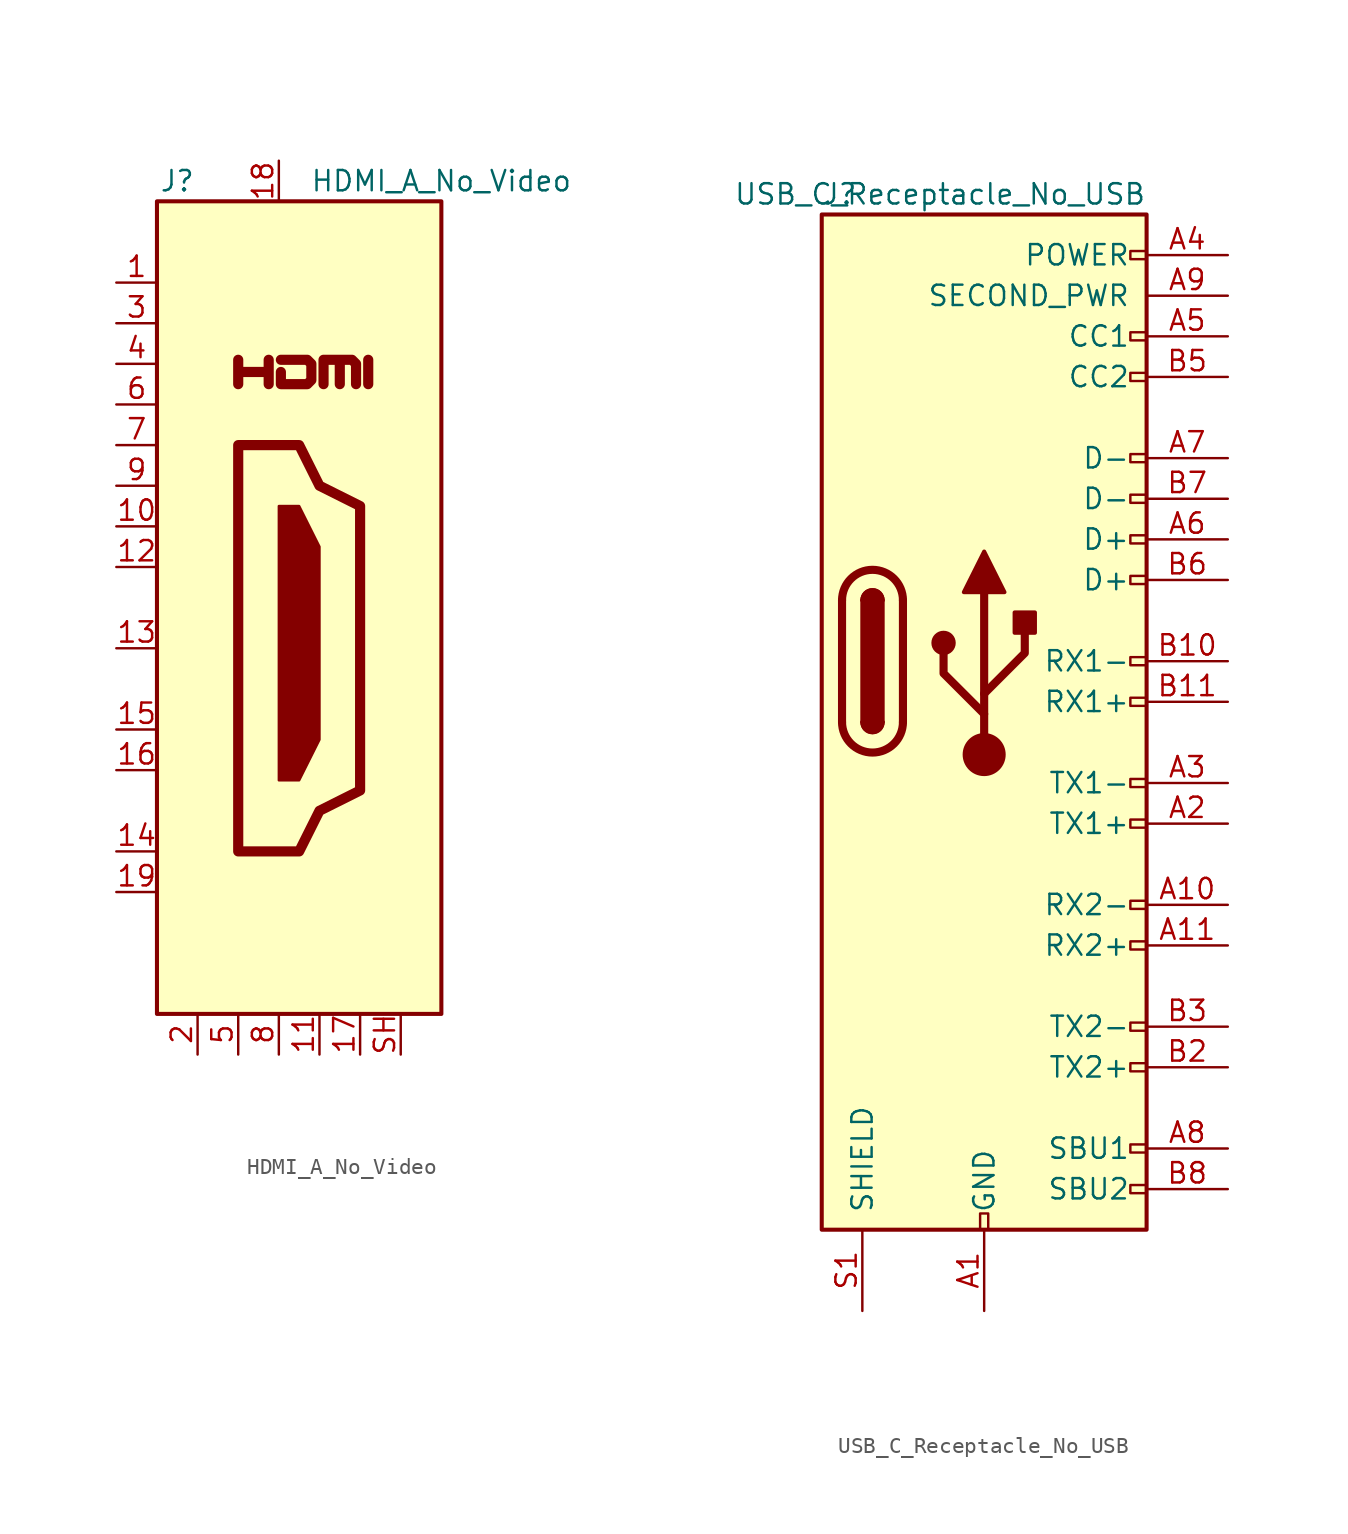
<source format=kicad_sym>
(kicad_symbol_lib
  (version 20211014)
  (generator kicad_symbol_editor)
  (symbol "HDMI_A_No_Video"
    (property "Reference" "J"
      (at -6.35 26.67 0)
      (effects (font (size 1.27 1.27))))
    (property "Value" "HDMI_A_No_Video"
      (at 10.16 26.67 0)
      (effects (font (size 1.27 1.27))))
    (symbol "HDMI_A_No_Video_0_0"
      (polyline (pts (xy 5.588 13.97) (xy 5.588 15.494)) (stroke (width 0.635) (type default) (color 0 0 0 0)) (fill (type none)))
      (polyline (pts (xy -2.54 13.97) (xy -2.54 15.494) (xy -2.54 14.732) (xy -0.635 14.732) (xy -0.635 15.494) (xy -0.635 13.97)) (stroke (width 0.635) (type default) (color 0 0 0 0)) (fill (type none)))
      (polyline (pts (xy 0.127 15.494) (xy 1.778 15.494) (xy 2.032 15.24) (xy 2.032 14.224) (xy 1.778 13.97) (xy 0.127 13.97) (xy 0.127 14.732)) (stroke (width 0.635) (type default) (color 0 0 0 0)) (fill (type none))))
    (symbol "HDMI_A_No_Video_0_1"
      (rectangle (start -7.62 25.4) (end 10.16 -25.4) (stroke (width 0.254) (type default) (color 0 0 0 0)) (fill (type background)))
      (polyline (pts (xy 0 6.35) (xy 1.27 6.35) (xy 2.54 3.81) (xy 2.54 -8.255) (xy 1.27 -10.795) (xy 0 -10.795) (xy 0 6.35)) (stroke (width 0) (type default) (color 0 0 0 0)) (fill (type outline)))
      (polyline (pts (xy 2.794 13.97) (xy 2.794 15.494) (xy 3.81 15.494) (xy 3.81 13.97) (xy 3.81 15.494) (xy 4.572 15.494) (xy 4.826 15.24) (xy 4.826 13.97)) (stroke (width 0.635) (type default) (color 0 0 0 0)) (fill (type none)))
      (polyline (pts (xy -2.54 10.16) (xy -2.54 -15.24) (xy 1.27 -15.24) (xy 2.54 -12.7) (xy 5.08 -11.43) (xy 5.08 6.35) (xy 2.54 7.62) (xy 1.27 10.16) (xy -2.54 10.16)) (stroke (width 0.635) (type default) (color 0 0 0 0)) (fill (type none))))
    (symbol "HDMI_A_No_Video_1_1"
      (pin passive line (at -10.16 20.32 0) (length 2.54) (name "" (effects (font (size 1.27 1.27)))) (number "1" (effects (font (size 1.27 1.27)))))
      (pin passive line (at -10.16 5.08 0) (length 2.54) (name "" (effects (font (size 1.27 1.27)))) (number "10" (effects (font (size 1.27 1.27)))))
      (pin power_in line (at 2.54 -27.94 90) (length 2.54) (name "" (effects (font (size 1.27 1.27)))) (number "11" (effects (font (size 1.27 1.27)))))
      (pin passive line (at -10.16 2.54 0) (length 2.54) (name "" (effects (font (size 1.27 1.27)))) (number "12" (effects (font (size 1.27 1.27)))))
      (pin bidirectional line (at -10.16 -2.54 0) (length 2.54) (name "" (effects (font (size 1.27 1.27)))) (number "13" (effects (font (size 1.27 1.27)))))
      (pin passive line (at -10.16 -15.24 0) (length 2.54) (name "" (effects (font (size 1.27 1.27)))) (number "14" (effects (font (size 1.27 1.27)))))
      (pin passive line (at -10.16 -7.62 0) (length 2.54) (name "" (effects (font (size 1.27 1.27)))) (number "15" (effects (font (size 1.27 1.27)))))
      (pin bidirectional line (at -10.16 -10.16 0) (length 2.54) (name "" (effects (font (size 1.27 1.27)))) (number "16" (effects (font (size 1.27 1.27)))))
      (pin power_in line (at 5.08 -27.94 90) (length 2.54) (name "" (effects (font (size 1.27 1.27)))) (number "17" (effects (font (size 1.27 1.27)))))
      (pin passive line (at 0 27.94 270) (length 2.54) (name "" (effects (font (size 1.27 1.27)))) (number "18" (effects (font (size 1.27 1.27)))))
      (pin passive line (at -10.16 -17.78 0) (length 2.54) (name "" (effects (font (size 1.27 1.27)))) (number "19" (effects (font (size 1.27 1.27)))))
      (pin power_in line (at -5.08 -27.94 90) (length 2.54) (name "" (effects (font (size 1.27 1.27)))) (number "2" (effects (font (size 1.27 1.27)))))
      (pin passive line (at -10.16 17.78 0) (length 2.54) (name "" (effects (font (size 1.27 1.27)))) (number "3" (effects (font (size 1.27 1.27)))))
      (pin passive line (at -10.16 15.24 0) (length 2.54) (name "" (effects (font (size 1.27 1.27)))) (number "4" (effects (font (size 1.27 1.27)))))
      (pin power_in line (at -2.54 -27.94 90) (length 2.54) (name "" (effects (font (size 1.27 1.27)))) (number "5" (effects (font (size 1.27 1.27)))))
      (pin passive line (at -10.16 12.7 0) (length 2.54) (name "" (effects (font (size 1.27 1.27)))) (number "6" (effects (font (size 1.27 1.27)))))
      (pin passive line (at -10.16 10.16 0) (length 2.54) (name "" (effects (font (size 1.27 1.27)))) (number "7" (effects (font (size 1.27 1.27)))))
      (pin power_in line (at 0 -27.94 90) (length 2.54) (name "" (effects (font (size 1.27 1.27)))) (number "8" (effects (font (size 1.27 1.27)))))
      (pin passive line (at -10.16 7.62 0) (length 2.54) (name "" (effects (font (size 1.27 1.27)))) (number "9" (effects (font (size 1.27 1.27)))))
      (pin passive line (at 7.62 -27.94 90) (length 2.54) (name "" (effects (font (size 1.27 1.27)))) (number "SH" (effects (font (size 1.27 1.27)))))))
  (symbol "USB_C_Receptacle_No_USB"
    (pin_names
      (offset 1.016))
    (property "Reference" "J"
      (at -10.16 29.21 0)
      (effects (font (size 1.27 1.27)) (justify left)))
    (property "Value" "USB_C_Receptacle_No_USB"
      (at 10.16 29.21 0)
      (effects (font (size 1.27 1.27)) (justify right)))
    (symbol "USB_C_Receptacle_No_USB_0_0"
      (rectangle (start -0.254 -35.56) (end 0.254 -34.544) (stroke (width 0) (type default) (color 0 0 0 0)) (fill (type none)))
      (rectangle (start 10.16 -32.766) (end 9.144 -33.274) (stroke (width 0) (type default) (color 0 0 0 0)) (fill (type none)))
      (rectangle (start 10.16 -30.226) (end 9.144 -30.734) (stroke (width 0) (type default) (color 0 0 0 0)) (fill (type none)))
      (rectangle (start 10.16 -25.146) (end 9.144 -25.654) (stroke (width 0) (type default) (color 0 0 0 0)) (fill (type none)))
      (rectangle (start 10.16 -22.606) (end 9.144 -23.114) (stroke (width 0) (type default) (color 0 0 0 0)) (fill (type none)))
      (rectangle (start 10.16 -17.526) (end 9.144 -18.034) (stroke (width 0) (type default) (color 0 0 0 0)) (fill (type none)))
      (rectangle (start 10.16 -14.986) (end 9.144 -15.494) (stroke (width 0) (type default) (color 0 0 0 0)) (fill (type none)))
      (rectangle (start 10.16 -9.906) (end 9.144 -10.414) (stroke (width 0) (type default) (color 0 0 0 0)) (fill (type none)))
      (rectangle (start 10.16 -7.366) (end 9.144 -7.874) (stroke (width 0) (type default) (color 0 0 0 0)) (fill (type none)))
      (rectangle (start 10.16 -2.286) (end 9.144 -2.794) (stroke (width 0) (type default) (color 0 0 0 0)) (fill (type none)))
      (rectangle (start 10.16 0.254) (end 9.144 -0.254) (stroke (width 0) (type default) (color 0 0 0 0)) (fill (type none)))
      (rectangle (start 10.16 5.334) (end 9.144 4.826) (stroke (width 0) (type default) (color 0 0 0 0)) (fill (type none)))
      (rectangle (start 10.16 7.874) (end 9.144 7.366) (stroke (width 0) (type default) (color 0 0 0 0)) (fill (type none)))
      (rectangle (start 10.16 10.414) (end 9.144 9.906) (stroke (width 0) (type default) (color 0 0 0 0)) (fill (type none)))
      (rectangle (start 10.16 12.954) (end 9.144 12.446) (stroke (width 0) (type default) (color 0 0 0 0)) (fill (type none)))
      (rectangle (start 10.16 18.034) (end 9.144 17.526) (stroke (width 0) (type default) (color 0 0 0 0)) (fill (type none)))
      (rectangle (start 10.16 20.574) (end 9.144 20.066) (stroke (width 0) (type default) (color 0 0 0 0)) (fill (type none)))
      (rectangle (start 10.16 25.654) (end 9.144 25.146) (stroke (width 0) (type default) (color 0 0 0 0)) (fill (type none))))
    (symbol "USB_C_Receptacle_No_USB_0_1"
      (rectangle (start -10.16 27.94) (end 10.16 -35.56) (stroke (width 0.254) (type default) (color 0 0 0 0)) (fill (type background)))
      (arc (start -8.89 -3.81) (mid -6.985 -5.715) (end -5.08 -3.81) (stroke (width 0.508) (type default) (color 0 0 0 0)) (fill (type none)))
      (arc (start -7.62 -3.81) (mid -6.985 -4.445) (end -6.35 -3.81) (stroke (width 0.254) (type default) (color 0 0 0 0)) (fill (type none)))
      (arc (start -7.62 -3.81) (mid -6.985 -4.445) (end -6.35 -3.81) (stroke (width 0.254) (type default) (color 0 0 0 0)) (fill (type outline)))
      (rectangle (start -7.62 -3.81) (end -6.35 3.81) (stroke (width 0.254) (type default) (color 0 0 0 0)) (fill (type outline)))
      (arc (start -6.35 3.81) (mid -6.985 4.445) (end -7.62 3.81) (stroke (width 0.254) (type default) (color 0 0 0 0)) (fill (type none)))
      (arc (start -6.35 3.81) (mid -6.985 4.445) (end -7.62 3.81) (stroke (width 0.254) (type default) (color 0 0 0 0)) (fill (type outline)))
      (arc (start -5.08 3.81) (mid -6.985 5.715) (end -8.89 3.81) (stroke (width 0.508) (type default) (color 0 0 0 0)) (fill (type none)))
      (polyline (pts (xy -8.89 -3.81) (xy -8.89 3.81)) (stroke (width 0.508) (type default) (color 0 0 0 0)) (fill (type none)))
      (polyline (pts (xy -5.08 3.81) (xy -5.08 -3.81)) (stroke (width 0.508) (type default) (color 0 0 0 0)) (fill (type none))))
    (symbol "USB_C_Receptacle_No_USB_1_1"
      (circle (center -2.54 1.143) (radius 0.635) (stroke (width 0.254) (type default) (color 0 0 0 0)) (fill (type outline)))
      (circle (center 0 -5.842) (radius 1.27) (stroke (width 0) (type default) (color 0 0 0 0)) (fill (type outline)))
      (polyline (pts (xy 0 -5.842) (xy 0 4.318)) (stroke (width 0.508) (type default) (color 0 0 0 0)) (fill (type none)))
      (polyline (pts (xy 0 -3.302) (xy -2.54 -0.762) (xy -2.54 0.508)) (stroke (width 0.508) (type default) (color 0 0 0 0)) (fill (type none)))
      (polyline (pts (xy 0 -2.032) (xy 2.54 0.508) (xy 2.54 1.778)) (stroke (width 0.508) (type default) (color 0 0 0 0)) (fill (type none)))
      (polyline (pts (xy -1.27 4.318) (xy 0 6.858) (xy 1.27 4.318) (xy -1.27 4.318)) (stroke (width 0.254) (type default) (color 0 0 0 0)) (fill (type outline)))
      (rectangle (start 1.905 1.778) (end 3.175 3.048) (stroke (width 0.254) (type default) (color 0 0 0 0)) (fill (type outline)))
      (pin passive line (at 0 -40.64 90) (length 5.08) (name "GND" (effects (font (size 1.27 1.27)))) (number "A1" (effects (font (size 1.27 1.27)))))
      (pin bidirectional line (at 15.24 -15.24 180) (length 5.08) (name "RX2-" (effects (font (size 1.27 1.27)))) (number "A10" (effects (font (size 1.27 1.27)))))
      (pin bidirectional line (at 15.24 -17.78 180) (length 5.08) (name "RX2+" (effects (font (size 1.27 1.27)))) (number "A11" (effects (font (size 1.27 1.27)))))
      (pin passive line (at 0 -40.64 90) (length 5.08) hide (name "GND" (effects (font (size 1.27 1.27)))) (number "A12" (effects (font (size 1.27 1.27)))))
      (pin bidirectional line (at 15.24 -10.16 180) (length 5.08) (name "TX1+" (effects (font (size 1.27 1.27)))) (number "A2" (effects (font (size 1.27 1.27)))))
      (pin bidirectional line (at 15.24 -7.62 180) (length 5.08) (name "TX1-" (effects (font (size 1.27 1.27)))) (number "A3" (effects (font (size 1.27 1.27)))))
      (pin passive line (at 15.24 25.4 180) (length 5.08) (name "POWER" (effects (font (size 1.27 1.27)))) (number "A4" (effects (font (size 1.27 1.27)))))
      (pin bidirectional line (at 15.24 20.32 180) (length 5.08) (name "CC1" (effects (font (size 1.27 1.27)))) (number "A5" (effects (font (size 1.27 1.27)))))
      (pin bidirectional line (at 15.24 7.62 180) (length 5.08) (name "D+" (effects (font (size 1.27 1.27)))) (number "A6" (effects (font (size 1.27 1.27)))))
      (pin bidirectional line (at 15.24 12.7 180) (length 5.08) (name "D-" (effects (font (size 1.27 1.27)))) (number "A7" (effects (font (size 1.27 1.27)))))
      (pin bidirectional line (at 15.24 -30.48 180) (length 5.08) (name "SBU1" (effects (font (size 1.27 1.27)))) (number "A8" (effects (font (size 1.27 1.27)))))
      (pin passive line (at 15.24 22.86 180) (length 5.08) (name "SECOND_PWR" (effects (font (size 1.27 1.27)))) (number "A9" (effects (font (size 1.27 1.27)))))
      (pin passive line (at 0 -40.64 90) (length 5.08) hide (name "GND" (effects (font (size 1.27 1.27)))) (number "B1" (effects (font (size 1.27 1.27)))))
      (pin bidirectional line (at 15.24 0 180) (length 5.08) (name "RX1-" (effects (font (size 1.27 1.27)))) (number "B10" (effects (font (size 1.27 1.27)))))
      (pin bidirectional line (at 15.24 -2.54 180) (length 5.08) (name "RX1+" (effects (font (size 1.27 1.27)))) (number "B11" (effects (font (size 1.27 1.27)))))
      (pin passive line (at 0 -40.64 90) (length 5.08) hide (name "GND" (effects (font (size 1.27 1.27)))) (number "B12" (effects (font (size 1.27 1.27)))))
      (pin bidirectional line (at 15.24 -25.4 180) (length 5.08) (name "TX2+" (effects (font (size 1.27 1.27)))) (number "B2" (effects (font (size 1.27 1.27)))))
      (pin bidirectional line (at 15.24 -22.86 180) (length 5.08) (name "TX2-" (effects (font (size 1.27 1.27)))) (number "B3" (effects (font (size 1.27 1.27)))))
      (pin passive line (at 15.24 25.4 180) (length 5.08) hide (name "VBUS" (effects (font (size 1.27 1.27)))) (number "B4" (effects (font (size 1.27 1.27)))))
      (pin bidirectional line (at 15.24 17.78 180) (length 5.08) (name "CC2" (effects (font (size 1.27 1.27)))) (number "B5" (effects (font (size 1.27 1.27)))))
      (pin bidirectional line (at 15.24 5.08 180) (length 5.08) (name "D+" (effects (font (size 1.27 1.27)))) (number "B6" (effects (font (size 1.27 1.27)))))
      (pin bidirectional line (at 15.24 10.16 180) (length 5.08) (name "D-" (effects (font (size 1.27 1.27)))) (number "B7" (effects (font (size 1.27 1.27)))))
      (pin bidirectional line (at 15.24 -33.02 180) (length 5.08) (name "SBU2" (effects (font (size 1.27 1.27)))) (number "B8" (effects (font (size 1.27 1.27)))))
      (pin passive line (at 15.24 22.86 180) (length 5.08) hide (name "VBUS" (effects (font (size 1.27 1.27)))) (number "B9" (effects (font (size 1.27 1.27)))))
      (pin passive line (at -7.62 -40.64 90) (length 5.08) (name "SHIELD" (effects (font (size 1.27 1.27)))) (number "S1" (effects (font (size 1.27 1.27))))))))
</source>
